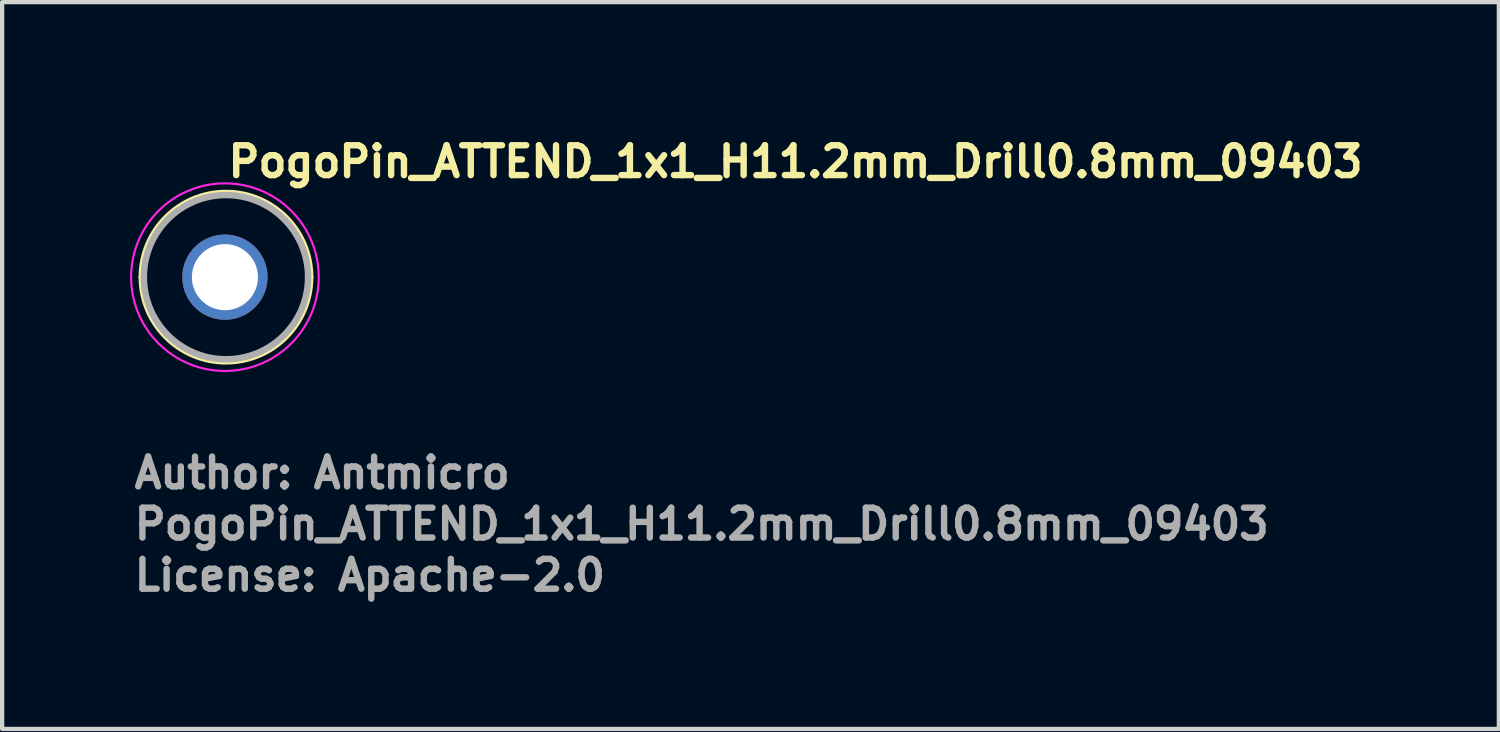
<source format=kicad_pcb>
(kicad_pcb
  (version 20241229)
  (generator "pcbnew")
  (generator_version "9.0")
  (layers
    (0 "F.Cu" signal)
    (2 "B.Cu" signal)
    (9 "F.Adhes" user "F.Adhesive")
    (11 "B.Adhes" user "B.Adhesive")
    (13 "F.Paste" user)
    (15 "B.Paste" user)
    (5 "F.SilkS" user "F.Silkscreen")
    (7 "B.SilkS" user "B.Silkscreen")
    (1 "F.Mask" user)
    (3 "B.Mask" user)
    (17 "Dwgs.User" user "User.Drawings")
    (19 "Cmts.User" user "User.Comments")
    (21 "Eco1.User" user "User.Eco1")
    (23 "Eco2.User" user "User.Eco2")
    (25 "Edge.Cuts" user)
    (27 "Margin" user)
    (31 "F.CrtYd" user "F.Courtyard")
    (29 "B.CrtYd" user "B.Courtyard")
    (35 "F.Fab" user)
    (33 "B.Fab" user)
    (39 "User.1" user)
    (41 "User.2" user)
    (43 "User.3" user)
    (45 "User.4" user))
  (footprint "PogoPin_ATTEND_1x1_H11.2mm_Drill0.8mm_09403"
    (layer "F.Cu")
    (at 2.225 3.45)
    (property "Reference" "PogoPin_ATTEND_1x1_H11.2mm_Drill0.8mm_09403" (at 0 -2.3 0) (layer "F.SilkS") (effects (font (size 0.7 0.7) (thickness 0.15)) (justify left bottom)))
    (attr through_hole)
    (fp_arc (start -1.95 0) (mid 0.025 -1.975) (end 2 0) (stroke (width 0.15) (type solid)) (layer "F.SilkS"))
    (fp_arc (start 2 0) (mid 0.025 1.975) (end -1.95 0) (stroke (width 0.15) (type solid)) (layer "F.SilkS"))
    (fp_circle (center 0 0) (end 2.2 0) (stroke (width 0.05) (type solid)) (fill no) (layer "F.CrtYd"))
    (fp_arc (start -1.9 0) (mid 0.025 -1.925) (end 1.95 0) (stroke (width 0.15) (type solid)) (layer "F.Fab"))
    (fp_arc (start 1.95 0) (mid 0.025 1.925) (end -1.9 0) (stroke (width 0.15) (type solid)) (layer "F.Fab"))
    (fp_rect (start -1.95 -1.95) (end 1.95 1.95) (stroke (width 0.1) (type solid)) (fill no) (layer "User.5"))
    (fp_line (start -1.95 0) (end -1.95 0) (stroke (width 0.02) (type solid)) (layer "User.9"))
    (fp_line (start -1.95 0) (end -1.947 0.1) (stroke (width 0.02) (type solid)) (layer "User.9"))
    (fp_line (start -1.947 -0.1) (end -1.95 0) (stroke (width 0.02) (type solid)) (layer "User.9"))
    (fp_line (start -1.947 0.1) (end -1.94 0.199) (stroke (width 0.02) (type solid)) (layer "User.9"))
    (fp_line (start -1.94 -0.199) (end -1.947 -0.1) (stroke (width 0.02) (type solid)) (layer "User.9"))
    (fp_line (start -1.94 0.199) (end -1.928 0.297) (stroke (width 0.02) (type solid)) (layer "User.9"))
    (fp_line (start -1.928 -0.297) (end -1.94 -0.199) (stroke (width 0.02) (type solid)) (layer "User.9"))
    (fp_line (start -1.928 0.297) (end -1.91 0.393) (stroke (width 0.02) (type solid)) (layer "User.9"))
    (fp_line (start -1.91 -0.393) (end -1.928 -0.297) (stroke (width 0.02) (type solid)) (layer "User.9"))
    (fp_line (start -1.91 0.393) (end -1.889 0.487) (stroke (width 0.02) (type solid)) (layer "User.9"))
    (fp_line (start -1.889 -0.487) (end -1.91 -0.393) (stroke (width 0.02) (type solid)) (layer "User.9"))
    (fp_line (start -1.889 0.487) (end -1.862 0.58) (stroke (width 0.02) (type solid)) (layer "User.9"))
    (fp_line (start -1.862 -0.58) (end -1.889 -0.487) (stroke (width 0.02) (type solid)) (layer "User.9"))
    (fp_line (start -1.862 0.58) (end -1.832 0.67) (stroke (width 0.02) (type solid)) (layer "User.9"))
    (fp_line (start -1.832 -0.67) (end -1.862 -0.58) (stroke (width 0.02) (type solid)) (layer "User.9"))
    (fp_line (start -1.832 0.67) (end -1.797 0.759) (stroke (width 0.02) (type solid)) (layer "User.9"))
    (fp_line (start -1.797 -0.759) (end -1.832 -0.67) (stroke (width 0.02) (type solid)) (layer "User.9"))
    (fp_line (start -1.797 0.759) (end -1.758 0.845) (stroke (width 0.02) (type solid)) (layer "User.9"))
    (fp_line (start -1.758 -0.845) (end -1.797 -0.759) (stroke (width 0.02) (type solid)) (layer "User.9"))
    (fp_line (start -1.758 0.845) (end -1.715 0.929) (stroke (width 0.02) (type solid)) (layer "User.9"))
    (fp_line (start -1.715 -0.929) (end -1.758 -0.845) (stroke (width 0.02) (type solid)) (layer "User.9"))
    (fp_line (start -1.715 0.929) (end -1.668 1.011) (stroke (width 0.02) (type solid)) (layer "User.9"))
    (fp_line (start -1.668 -1.011) (end -1.715 -0.929) (stroke (width 0.02) (type solid)) (layer "User.9"))
    (fp_line (start -1.668 1.011) (end -1.617 1.09) (stroke (width 0.02) (type solid)) (layer "User.9"))
    (fp_line (start -1.617 -1.09) (end -1.668 -1.011) (stroke (width 0.02) (type solid)) (layer "User.9"))
    (fp_line (start -1.617 1.09) (end -1.563 1.167) (stroke (width 0.02) (type solid)) (layer "User.9"))
    (fp_line (start -1.563 -1.167) (end -1.617 -1.09) (stroke (width 0.02) (type solid)) (layer "User.9"))
    (fp_line (start -1.563 1.167) (end -1.505 1.24) (stroke (width 0.02) (type solid)) (layer "User.9"))
    (fp_line (start -1.505 -1.24) (end -1.563 -1.167) (stroke (width 0.02) (type solid)) (layer "User.9"))
    (fp_line (start -1.505 1.24) (end -1.443 1.311) (stroke (width 0.02) (type solid)) (layer "User.9"))
    (fp_line (start -1.5 0) (end -1.5 0) (stroke (width 0.02) (type solid)) (layer "User.9"))
    (fp_line (start -1.5 0) (end -1.498 0.077) (stroke (width 0.02) (type solid)) (layer "User.9"))
    (fp_line (start -1.498 -0.077) (end -1.5 0) (stroke (width 0.02) (type solid)) (layer "User.9"))
    (fp_line (start -1.498 0.077) (end -1.492 0.153) (stroke (width 0.02) (type solid)) (layer "User.9"))
    (fp_line (start -1.492 -0.153) (end -1.498 -0.077) (stroke (width 0.02) (type solid)) (layer "User.9"))
    (fp_line (start -1.492 0.153) (end -1.483 0.228) (stroke (width 0.02) (type solid)) (layer "User.9"))
    (fp_line (start -1.483 -0.228) (end -1.492 -0.153) (stroke (width 0.02) (type solid)) (layer "User.9"))
    (fp_line (start -1.483 0.228) (end -1.47 0.302) (stroke (width 0.02) (type solid)) (layer "User.9"))
    (fp_line (start -1.47 -0.302) (end -1.483 -0.228) (stroke (width 0.02) (type solid)) (layer "User.9"))
    (fp_line (start -1.47 0.302) (end -1.453 0.375) (stroke (width 0.02) (type solid)) (layer "User.9"))
    (fp_line (start -1.453 -0.375) (end -1.47 -0.302) (stroke (width 0.02) (type solid)) (layer "User.9"))
    (fp_line (start -1.453 0.375) (end -1.433 0.446) (stroke (width 0.02) (type solid)) (layer "User.9"))
    (fp_line (start -1.443 -1.311) (end -1.505 -1.24) (stroke (width 0.02) (type solid)) (layer "User.9"))
    (fp_line (start -1.443 1.311) (end -1.379 1.379) (stroke (width 0.02) (type solid)) (layer "User.9"))
    (fp_line (start -1.433 -0.446) (end -1.453 -0.375) (stroke (width 0.02) (type solid)) (layer "User.9"))
    (fp_line (start -1.433 0.446) (end -1.409 0.516) (stroke (width 0.02) (type solid)) (layer "User.9"))
    (fp_line (start -1.409 -0.516) (end -1.433 -0.446) (stroke (width 0.02) (type solid)) (layer "User.9"))
    (fp_line (start -1.409 0.516) (end -1.382 0.584) (stroke (width 0.02) (type solid)) (layer "User.9"))
    (fp_line (start -1.382 -0.584) (end -1.409 -0.516) (stroke (width 0.02) (type solid)) (layer "User.9"))
    (fp_line (start -1.382 0.584) (end -1.352 0.65) (stroke (width 0.02) (type solid)) (layer "User.9"))
    (fp_line (start -1.379 -1.379) (end -1.443 -1.311) (stroke (width 0.02) (type solid)) (layer "User.9"))
    (fp_line (start -1.379 1.379) (end -1.311 1.443) (stroke (width 0.02) (type solid)) (layer "User.9"))
    (fp_line (start -1.352 -0.65) (end -1.382 -0.584) (stroke (width 0.02) (type solid)) (layer "User.9"))
    (fp_line (start -1.352 0.65) (end -1.319 0.715) (stroke (width 0.02) (type solid)) (layer "User.9"))
    (fp_line (start -1.319 -0.715) (end -1.352 -0.65) (stroke (width 0.02) (type solid)) (layer "User.9"))
    (fp_line (start -1.319 0.715) (end -1.283 0.778) (stroke (width 0.02) (type solid)) (layer "User.9"))
    (fp_line (start -1.311 -1.443) (end -1.379 -1.379) (stroke (width 0.02) (type solid)) (layer "User.9"))
    (fp_line (start -1.311 1.443) (end -1.24 1.505) (stroke (width 0.02) (type solid)) (layer "User.9"))
    (fp_line (start -1.283 -0.778) (end -1.319 -0.715) (stroke (width 0.02) (type solid)) (layer "User.9"))
    (fp_line (start -1.283 0.778) (end -1.244 0.839) (stroke (width 0.02) (type solid)) (layer "User.9"))
    (fp_line (start -1.244 -0.839) (end -1.283 -0.778) (stroke (width 0.02) (type solid)) (layer "User.9"))
    (fp_line (start -1.244 0.839) (end -1.202 0.897) (stroke (width 0.02) (type solid)) (layer "User.9"))
    (fp_line (start -1.24 -1.505) (end -1.311 -1.443) (stroke (width 0.02) (type solid)) (layer "User.9"))
    (fp_line (start -1.24 1.505) (end -1.167 1.563) (stroke (width 0.02) (type solid)) (layer "User.9"))
    (fp_line (start -1.202 -0.897) (end -1.244 -0.839) (stroke (width 0.02) (type solid)) (layer "User.9"))
    (fp_line (start -1.202 0.897) (end -1.157 0.954) (stroke (width 0.02) (type solid)) (layer "User.9"))
    (fp_line (start -1.167 -1.563) (end -1.24 -1.505) (stroke (width 0.02) (type solid)) (layer "User.9"))
    (fp_line (start -1.167 1.563) (end -1.09 1.617) (stroke (width 0.02) (type solid)) (layer "User.9"))
    (fp_line (start -1.157 -0.954) (end -1.202 -0.897) (stroke (width 0.02) (type solid)) (layer "User.9"))
    (fp_line (start -1.157 0.954) (end -1.11 1.009) (stroke (width 0.02) (type solid)) (layer "User.9"))
    (fp_line (start -1.11 -1.009) (end -1.157 -0.954) (stroke (width 0.02) (type solid)) (layer "User.9"))
    (fp_line (start -1.11 1.009) (end -1.061 1.061) (stroke (width 0.02) (type solid)) (layer "User.9"))
    (fp_line (start -1.1 0) (end -1.1 0) (stroke (width 0.02) (type solid)) (layer "User.9"))
    (fp_line (start -1.1 0) (end -1.099 0.057) (stroke (width 0.02) (type solid)) (layer "User.9"))
    (fp_line (start -1.099 -0.057) (end -1.1 0) (stroke (width 0.02) (type solid)) (layer "User.9"))
    (fp_line (start -1.099 0.057) (end -1.094 0.112) (stroke (width 0.02) (type solid)) (layer "User.9"))
    (fp_line (start -1.094 -0.112) (end -1.099 -0.057) (stroke (width 0.02) (type solid)) (layer "User.9"))
    (fp_line (start -1.094 0.112) (end -1.087 0.168) (stroke (width 0.02) (type solid)) (layer "User.9"))
    (fp_line (start -1.09 -1.617) (end -1.167 -1.563) (stroke (width 0.02) (type solid)) (layer "User.9"))
    (fp_line (start -1.09 1.617) (end -1.011 1.668) (stroke (width 0.02) (type solid)) (layer "User.9"))
    (fp_line (start -1.087 -0.168) (end -1.094 -0.112) (stroke (width 0.02) (type solid)) (layer "User.9"))
    (fp_line (start -1.087 0.168) (end -1.078 0.222) (stroke (width 0.02) (type solid)) (layer "User.9"))
    (fp_line (start -1.078 -0.222) (end -1.087 -0.168) (stroke (width 0.02) (type solid)) (layer "User.9"))
    (fp_line (start -1.078 0.222) (end -1.065 0.275) (stroke (width 0.02) (type solid)) (layer "User.9"))
    (fp_line (start -1.065 -0.275) (end -1.078 -0.222) (stroke (width 0.02) (type solid)) (layer "User.9"))
    (fp_line (start -1.065 0.275) (end -1.051 0.327) (stroke (width 0.02) (type solid)) (layer "User.9"))
    (fp_line (start -1.061 -1.061) (end -1.11 -1.009) (stroke (width 0.02) (type solid)) (layer "User.9"))
    (fp_line (start -1.061 1.061) (end -1.009 1.11) (stroke (width 0.02) (type solid)) (layer "User.9"))
    (fp_line (start -1.051 -0.327) (end -1.065 -0.275) (stroke (width 0.02) (type solid)) (layer "User.9"))
    (fp_line (start -1.051 0.327) (end -1.033 0.378) (stroke (width 0.02) (type solid)) (layer "User.9"))
    (fp_line (start -1.033 -0.378) (end -1.051 -0.327) (stroke (width 0.02) (type solid)) (layer "User.9"))
    (fp_line (start -1.033 0.378) (end -1.014 0.428) (stroke (width 0.02) (type solid)) (layer "User.9"))
    (fp_line (start -1.014 -0.428) (end -1.033 -0.378) (stroke (width 0.02) (type solid)) (layer "User.9"))
    (fp_line (start -1.014 0.428) (end -0.992 0.477) (stroke (width 0.02) (type solid)) (layer "User.9"))
    (fp_line (start -1.011 -1.668) (end -1.09 -1.617) (stroke (width 0.02) (type solid)) (layer "User.9"))
    (fp_line (start -1.011 1.668) (end -0.929 1.715) (stroke (width 0.02) (type solid)) (layer "User.9"))
    (fp_line (start -1.009 -1.11) (end -1.061 -1.061) (stroke (width 0.02) (type solid)) (layer "User.9"))
    (fp_line (start -1.009 1.11) (end -0.954 1.157) (stroke (width 0.02) (type solid)) (layer "User.9"))
    (fp_line (start -0.992 -0.477) (end -1.014 -0.428) (stroke (width 0.02) (type solid)) (layer "User.9"))
    (fp_line (start -0.992 0.477) (end -0.967 0.524) (stroke (width 0.02) (type solid)) (layer "User.9"))
    (fp_line (start -0.967 -0.524) (end -0.992 -0.477) (stroke (width 0.02) (type solid)) (layer "User.9"))
    (fp_line (start -0.967 0.524) (end -0.941 0.57) (stroke (width 0.02) (type solid)) (layer "User.9"))
    (fp_line (start -0.954 -1.157) (end -1.009 -1.11) (stroke (width 0.02) (type solid)) (layer "User.9"))
    (fp_line (start -0.954 1.157) (end -0.897 1.202) (stroke (width 0.02) (type solid)) (layer "User.9"))
    (fp_line (start -0.941 -0.57) (end -0.967 -0.524) (stroke (width 0.02) (type solid)) (layer "User.9"))
    (fp_line (start -0.941 0.57) (end -0.912 0.615) (stroke (width 0.02) (type solid)) (layer "User.9"))
    (fp_line (start -0.929 -1.715) (end -1.011 -1.668) (stroke (width 0.02) (type solid)) (layer "User.9"))
    (fp_line (start -0.929 1.715) (end -0.845 1.758) (stroke (width 0.02) (type solid)) (layer "User.9"))
    (fp_line (start -0.912 -0.615) (end -0.941 -0.57) (stroke (width 0.02) (type solid)) (layer "User.9"))
    (fp_line (start -0.912 0.615) (end -0.881 0.658) (stroke (width 0.02) (type solid)) (layer "User.9"))
    (fp_line (start -0.897 -1.202) (end -0.954 -1.157) (stroke (width 0.02) (type solid)) (layer "User.9"))
    (fp_line (start -0.897 1.202) (end -0.839 1.244) (stroke (width 0.02) (type solid)) (layer "User.9"))
    (fp_line (start -0.881 -0.658) (end -0.912 -0.615) (stroke (width 0.02) (type solid)) (layer "User.9"))
    (fp_line (start -0.881 0.658) (end -0.849 0.7) (stroke (width 0.02) (type solid)) (layer "User.9"))
    (fp_line (start -0.849 -0.7) (end -0.881 -0.658) (stroke (width 0.02) (type solid)) (layer "User.9"))
    (fp_line (start -0.849 0.7) (end -0.814 0.74) (stroke (width 0.02) (type solid)) (layer "User.9"))
    (fp_line (start -0.845 -1.758) (end -0.929 -1.715) (stroke (width 0.02) (type solid)) (layer "User.9"))
    (fp_line (start -0.845 1.758) (end -0.759 1.797) (stroke (width 0.02) (type solid)) (layer "User.9"))
    (fp_line (start -0.839 -1.244) (end -0.897 -1.202) (stroke (width 0.02) (type solid)) (layer "User.9"))
    (fp_line (start -0.839 1.244) (end -0.778 1.283) (stroke (width 0.02) (type solid)) (layer "User.9"))
    (fp_line (start -0.814 -0.74) (end -0.849 -0.7) (stroke (width 0.02) (type solid)) (layer "User.9"))
    (fp_line (start -0.814 0.74) (end -0.778 0.778) (stroke (width 0.02) (type solid)) (layer "User.9"))
    (fp_line (start -0.778 -1.283) (end -0.839 -1.244) (stroke (width 0.02) (type solid)) (layer "User.9"))
    (fp_line (start -0.778 -0.778) (end -0.814 -0.74) (stroke (width 0.02) (type solid)) (layer "User.9"))
    (fp_line (start -0.778 0.778) (end -0.74 0.814) (stroke (width 0.02) (type solid)) (layer "User.9"))
    (fp_line (start -0.778 1.283) (end -0.715 1.319) (stroke (width 0.02) (type solid)) (layer "User.9"))
    (fp_line (start -0.759 -1.797) (end -0.845 -1.758) (stroke (width 0.02) (type solid)) (layer "User.9"))
    (fp_line (start -0.759 1.797) (end -0.67 1.832) (stroke (width 0.02) (type solid)) (layer "User.9"))
    (fp_line (start -0.74 -0.814) (end -0.778 -0.778) (stroke (width 0.02) (type solid)) (layer "User.9"))
    (fp_line (start -0.74 0.814) (end -0.7 0.849) (stroke (width 0.02) (type solid)) (layer "User.9"))
    (fp_line (start -0.715 -1.319) (end -0.778 -1.283) (stroke (width 0.02) (type solid)) (layer "User.9"))
    (fp_line (start -0.715 1.319) (end -0.65 1.352) (stroke (width 0.02) (type solid)) (layer "User.9"))
    (fp_line (start -0.7 -0.849) (end -0.74 -0.814) (stroke (width 0.02) (type solid)) (layer "User.9"))
    (fp_line (start -0.7 0.849) (end -0.658 0.881) (stroke (width 0.02) (type solid)) (layer "User.9"))
    (fp_line (start -0.67 -1.832) (end -0.759 -1.797) (stroke (width 0.02) (type solid)) (layer "User.9"))
    (fp_line (start -0.67 1.832) (end -0.58 1.862) (stroke (width 0.02) (type solid)) (layer "User.9"))
    (fp_line (start -0.658 -0.881) (end -0.7 -0.849) (stroke (width 0.02) (type solid)) (layer "User.9"))
    (fp_line (start -0.658 0.881) (end -0.615 0.912) (stroke (width 0.02) (type solid)) (layer "User.9"))
    (fp_line (start -0.65 -1.352) (end -0.715 -1.319) (stroke (width 0.02) (type solid)) (layer "User.9"))
    (fp_line (start -0.65 1.352) (end -0.584 1.382) (stroke (width 0.02) (type solid)) (layer "User.9"))
    (fp_line (start -0.615 -0.912) (end -0.658 -0.881) (stroke (width 0.02) (type solid)) (layer "User.9"))
    (fp_line (start -0.615 0.912) (end -0.57 0.941) (stroke (width 0.02) (type solid)) (layer "User.9"))
    (fp_line (start -0.584 -1.382) (end -0.65 -1.352) (stroke (width 0.02) (type solid)) (layer "User.9"))
    (fp_line (start -0.584 1.382) (end -0.516 1.409) (stroke (width 0.02) (type solid)) (layer "User.9"))
    (fp_line (start -0.58 -1.862) (end -0.67 -1.832) (stroke (width 0.02) (type solid)) (layer "User.9"))
    (fp_line (start -0.58 1.862) (end -0.487 1.889) (stroke (width 0.02) (type solid)) (layer "User.9"))
    (fp_line (start -0.57 -0.941) (end -0.615 -0.912) (stroke (width 0.02) (type solid)) (layer "User.9"))
    (fp_line (start -0.57 0.941) (end -0.524 0.967) (stroke (width 0.02) (type solid)) (layer "User.9"))
    (fp_line (start -0.524 -0.967) (end -0.57 -0.941) (stroke (width 0.02) (type solid)) (layer "User.9"))
    (fp_line (start -0.524 0.967) (end -0.477 0.992) (stroke (width 0.02) (type solid)) (layer "User.9"))
    (fp_line (start -0.516 -1.409) (end -0.584 -1.382) (stroke (width 0.02) (type solid)) (layer "User.9"))
    (fp_line (start -0.516 1.409) (end -0.446 1.433) (stroke (width 0.02) (type solid)) (layer "User.9"))
    (fp_line (start -0.487 -1.889) (end -0.58 -1.862) (stroke (width 0.02) (type solid)) (layer "User.9"))
    (fp_line (start -0.487 1.889) (end -0.393 1.91) (stroke (width 0.02) (type solid)) (layer "User.9"))
    (fp_line (start -0.477 -0.992) (end -0.524 -0.967) (stroke (width 0.02) (type solid)) (layer "User.9"))
    (fp_line (start -0.477 0.992) (end -0.428 1.014) (stroke (width 0.02) (type solid)) (layer "User.9"))
    (fp_line (start -0.446 -1.433) (end -0.516 -1.409) (stroke (width 0.02) (type solid)) (layer "User.9"))
    (fp_line (start -0.446 1.433) (end -0.375 1.453) (stroke (width 0.02) (type solid)) (layer "User.9"))
    (fp_line (start -0.428 -1.014) (end -0.477 -0.992) (stroke (width 0.02) (type solid)) (layer "User.9"))
    (fp_line (start -0.428 1.014) (end -0.378 1.033) (stroke (width 0.02) (type solid)) (layer "User.9"))
    (fp_line (start -0.393 -1.91) (end -0.487 -1.889) (stroke (width 0.02) (type solid)) (layer "User.9"))
    (fp_line (start -0.393 1.91) (end -0.297 1.928) (stroke (width 0.02) (type solid)) (layer "User.9"))
    (fp_line (start -0.378 -1.033) (end -0.428 -1.014) (stroke (width 0.02) (type solid)) (layer "User.9"))
    (fp_line (start -0.378 1.033) (end -0.327 1.051) (stroke (width 0.02) (type solid)) (layer "User.9"))
    (fp_line (start -0.375 -1.453) (end -0.446 -1.433) (stroke (width 0.02) (type solid)) (layer "User.9"))
    (fp_line (start -0.375 1.453) (end -0.302 1.47) (stroke (width 0.02) (type solid)) (layer "User.9"))
    (fp_line (start -0.327 -1.051) (end -0.378 -1.033) (stroke (width 0.02) (type solid)) (layer "User.9"))
    (fp_line (start -0.327 1.051) (end -0.275 1.065) (stroke (width 0.02) (type solid)) (layer "User.9"))
    (fp_line (start -0.302 -1.47) (end -0.375 -1.453) (stroke (width 0.02) (type solid)) (layer "User.9"))
    (fp_line (start -0.302 1.47) (end -0.228 1.483) (stroke (width 0.02) (type solid)) (layer "User.9"))
    (fp_line (start -0.297 -1.928) (end -0.393 -1.91) (stroke (width 0.02) (type solid)) (layer "User.9"))
    (fp_line (start -0.297 1.928) (end -0.199 1.94) (stroke (width 0.02) (type solid)) (layer "User.9"))
    (fp_line (start -0.275 -1.065) (end -0.327 -1.051) (stroke (width 0.02) (type solid)) (layer "User.9"))
    (fp_line (start -0.275 1.065) (end -0.222 1.078) (stroke (width 0.02) (type solid)) (layer "User.9"))
    (fp_line (start -0.228 -1.483) (end -0.302 -1.47) (stroke (width 0.02) (type solid)) (layer "User.9"))
    (fp_line (start -0.228 1.483) (end -0.153 1.492) (stroke (width 0.02) (type solid)) (layer "User.9"))
    (fp_line (start -0.222 -1.078) (end -0.275 -1.065) (stroke (width 0.02) (type solid)) (layer "User.9"))
    (fp_line (start -0.222 1.078) (end -0.168 1.087) (stroke (width 0.02) (type solid)) (layer "User.9"))
    (fp_line (start -0.199 -1.94) (end -0.297 -1.928) (stroke (width 0.02) (type solid)) (layer "User.9"))
    (fp_line (start -0.199 1.94) (end -0.1 1.947) (stroke (width 0.02) (type solid)) (layer "User.9"))
    (fp_line (start -0.168 -1.087) (end -0.222 -1.078) (stroke (width 0.02) (type solid)) (layer "User.9"))
    (fp_line (start -0.168 1.087) (end -0.112 1.094) (stroke (width 0.02) (type solid)) (layer "User.9"))
    (fp_line (start -0.153 -1.492) (end -0.228 -1.483) (stroke (width 0.02) (type solid)) (layer "User.9"))
    (fp_line (start -0.153 1.492) (end -0.077 1.498) (stroke (width 0.02) (type solid)) (layer "User.9"))
    (fp_line (start -0.112 -1.094) (end -0.168 -1.087) (stroke (width 0.02) (type solid)) (layer "User.9"))
    (fp_line (start -0.112 1.094) (end -0.057 1.099) (stroke (width 0.02) (type solid)) (layer "User.9"))
    (fp_line (start -0.1 -1.947) (end -0.199 -1.94) (stroke (width 0.02) (type solid)) (layer "User.9"))
    (fp_line (start -0.1 1.947) (end 0 1.95) (stroke (width 0.02) (type solid)) (layer "User.9"))
    (fp_line (start -0.077 -1.498) (end -0.153 -1.492) (stroke (width 0.02) (type solid)) (layer "User.9"))
    (fp_line (start -0.077 1.498) (end 0 1.5) (stroke (width 0.02) (type solid)) (layer "User.9"))
    (fp_line (start -0.057 -1.099) (end -0.112 -1.094) (stroke (width 0.02) (type solid)) (layer "User.9"))
    (fp_line (start -0.057 1.099) (end 0 1.1) (stroke (width 0.02) (type solid)) (layer "User.9"))
    (fp_line (start 0 -1.95) (end -0.1 -1.947) (stroke (width 0.02) (type solid)) (layer "User.9"))
    (fp_line (start 0 -1.95) (end 0 -1.95) (stroke (width 0.02) (type solid)) (layer "User.9"))
    (fp_line (start 0 -1.5) (end -0.077 -1.498) (stroke (width 0.02) (type solid)) (layer "User.9"))
    (fp_line (start 0 -1.5) (end 0 -1.5) (stroke (width 0.02) (type solid)) (layer "User.9"))
    (fp_line (start 0 -1.1) (end -0.057 -1.099) (stroke (width 0.02) (type solid)) (layer "User.9"))
    (fp_line (start 0 -1.1) (end 0 -1.1) (stroke (width 0.02) (type solid)) (layer "User.9"))
    (fp_line (start 0 1.1) (end 0 1.1) (stroke (width 0.02) (type solid)) (layer "User.9"))
    (fp_line (start 0 1.1) (end 0.057 1.099) (stroke (width 0.02) (type solid)) (layer "User.9"))
    (fp_line (start 0 1.5) (end 0 1.5) (stroke (width 0.02) (type solid)) (layer "User.9"))
    (fp_line (start 0 1.5) (end 0.077 1.498) (stroke (width 0.02) (type solid)) (layer "User.9"))
    (fp_line (start 0 1.95) (end 0 1.95) (stroke (width 0.02) (type solid)) (layer "User.9"))
    (fp_line (start 0 1.95) (end 0.1 1.947) (stroke (width 0.02) (type solid)) (layer "User.9"))
    (fp_line (start 0.057 -1.099) (end 0 -1.1) (stroke (width 0.02) (type solid)) (layer "User.9"))
    (fp_line (start 0.057 1.099) (end 0.112 1.094) (stroke (width 0.02) (type solid)) (layer "User.9"))
    (fp_line (start 0.077 -1.498) (end 0 -1.5) (stroke (width 0.02) (type solid)) (layer "User.9"))
    (fp_line (start 0.077 1.498) (end 0.153 1.492) (stroke (width 0.02) (type solid)) (layer "User.9"))
    (fp_line (start 0.1 -1.947) (end 0 -1.95) (stroke (width 0.02) (type solid)) (layer "User.9"))
    (fp_line (start 0.1 1.947) (end 0.199 1.94) (stroke (width 0.02) (type solid)) (layer "User.9"))
    (fp_line (start 0.112 -1.094) (end 0.057 -1.099) (stroke (width 0.02) (type solid)) (layer "User.9"))
    (fp_line (start 0.112 1.094) (end 0.168 1.087) (stroke (width 0.02) (type solid)) (layer "User.9"))
    (fp_line (start 0.153 -1.492) (end 0.077 -1.498) (stroke (width 0.02) (type solid)) (layer "User.9"))
    (fp_line (start 0.153 1.492) (end 0.228 1.483) (stroke (width 0.02) (type solid)) (layer "User.9"))
    (fp_line (start 0.168 -1.087) (end 0.112 -1.094) (stroke (width 0.02) (type solid)) (layer "User.9"))
    (fp_line (start 0.168 1.087) (end 0.222 1.078) (stroke (width 0.02) (type solid)) (layer "User.9"))
    (fp_line (start 0.199 -1.94) (end 0.1 -1.947) (stroke (width 0.02) (type solid)) (layer "User.9"))
    (fp_line (start 0.199 1.94) (end 0.297 1.928) (stroke (width 0.02) (type solid)) (layer "User.9"))
    (fp_line (start 0.222 -1.078) (end 0.168 -1.087) (stroke (width 0.02) (type solid)) (layer "User.9"))
    (fp_line (start 0.222 1.078) (end 0.275 1.065) (stroke (width 0.02) (type solid)) (layer "User.9"))
    (fp_line (start 0.228 -1.483) (end 0.153 -1.492) (stroke (width 0.02) (type solid)) (layer "User.9"))
    (fp_line (start 0.228 1.483) (end 0.302 1.47) (stroke (width 0.02) (type solid)) (layer "User.9"))
    (fp_line (start 0.275 -1.065) (end 0.222 -1.078) (stroke (width 0.02) (type solid)) (layer "User.9"))
    (fp_line (start 0.275 1.065) (end 0.327 1.051) (stroke (width 0.02) (type solid)) (layer "User.9"))
    (fp_line (start 0.297 -1.928) (end 0.199 -1.94) (stroke (width 0.02) (type solid)) (layer "User.9"))
    (fp_line (start 0.297 1.928) (end 0.393 1.91) (stroke (width 0.02) (type solid)) (layer "User.9"))
    (fp_line (start 0.302 -1.47) (end 0.228 -1.483) (stroke (width 0.02) (type solid)) (layer "User.9"))
    (fp_line (start 0.302 1.47) (end 0.375 1.453) (stroke (width 0.02) (type solid)) (layer "User.9"))
    (fp_line (start 0.327 -1.051) (end 0.275 -1.065) (stroke (width 0.02) (type solid)) (layer "User.9"))
    (fp_line (start 0.327 1.051) (end 0.378 1.033) (stroke (width 0.02) (type solid)) (layer "User.9"))
    (fp_line (start 0.375 -1.453) (end 0.302 -1.47) (stroke (width 0.02) (type solid)) (layer "User.9"))
    (fp_line (start 0.375 1.453) (end 0.446 1.433) (stroke (width 0.02) (type solid)) (layer "User.9"))
    (fp_line (start 0.378 -1.033) (end 0.327 -1.051) (stroke (width 0.02) (type solid)) (layer "User.9"))
    (fp_line (start 0.378 1.033) (end 0.428 1.014) (stroke (width 0.02) (type solid)) (layer "User.9"))
    (fp_line (start 0.393 -1.91) (end 0.297 -1.928) (stroke (width 0.02) (type solid)) (layer "User.9"))
    (fp_line (start 0.393 1.91) (end 0.487 1.889) (stroke (width 0.02) (type solid)) (layer "User.9"))
    (fp_line (start 0.428 -1.014) (end 0.378 -1.033) (stroke (width 0.02) (type solid)) (layer "User.9"))
    (fp_line (start 0.428 1.014) (end 0.477 0.992) (stroke (width 0.02) (type solid)) (layer "User.9"))
    (fp_line (start 0.446 -1.433) (end 0.375 -1.453) (stroke (width 0.02) (type solid)) (layer "User.9"))
    (fp_line (start 0.446 1.433) (end 0.516 1.409) (stroke (width 0.02) (type solid)) (layer "User.9"))
    (fp_line (start 0.477 -0.992) (end 0.428 -1.014) (stroke (width 0.02) (type solid)) (layer "User.9"))
    (fp_line (start 0.477 0.992) (end 0.524 0.967) (stroke (width 0.02) (type solid)) (layer "User.9"))
    (fp_line (start 0.487 -1.889) (end 0.393 -1.91) (stroke (width 0.02) (type solid)) (layer "User.9"))
    (fp_line (start 0.487 1.889) (end 0.58 1.862) (stroke (width 0.02) (type solid)) (layer "User.9"))
    (fp_line (start 0.516 -1.409) (end 0.446 -1.433) (stroke (width 0.02) (type solid)) (layer "User.9"))
    (fp_line (start 0.516 1.409) (end 0.584 1.382) (stroke (width 0.02) (type solid)) (layer "User.9"))
    (fp_line (start 0.524 -0.967) (end 0.477 -0.992) (stroke (width 0.02) (type solid)) (layer "User.9"))
    (fp_line (start 0.524 0.967) (end 0.57 0.941) (stroke (width 0.02) (type solid)) (layer "User.9"))
    (fp_line (start 0.57 -0.941) (end 0.524 -0.967) (stroke (width 0.02) (type solid)) (layer "User.9"))
    (fp_line (start 0.57 0.941) (end 0.615 0.912) (stroke (width 0.02) (type solid)) (layer "User.9"))
    (fp_line (start 0.58 -1.862) (end 0.487 -1.889) (stroke (width 0.02) (type solid)) (layer "User.9"))
    (fp_line (start 0.58 1.862) (end 0.67 1.832) (stroke (width 0.02) (type solid)) (layer "User.9"))
    (fp_line (start 0.584 -1.382) (end 0.516 -1.409) (stroke (width 0.02) (type solid)) (layer "User.9"))
    (fp_line (start 0.584 1.382) (end 0.65 1.352) (stroke (width 0.02) (type solid)) (layer "User.9"))
    (fp_line (start 0.615 -0.912) (end 0.57 -0.941) (stroke (width 0.02) (type solid)) (layer "User.9"))
    (fp_line (start 0.615 0.912) (end 0.658 0.881) (stroke (width 0.02) (type solid)) (layer "User.9"))
    (fp_line (start 0.65 -1.352) (end 0.584 -1.382) (stroke (width 0.02) (type solid)) (layer "User.9"))
    (fp_line (start 0.65 1.352) (end 0.715 1.319) (stroke (width 0.02) (type solid)) (layer "User.9"))
    (fp_line (start 0.658 -0.881) (end 0.615 -0.912) (stroke (width 0.02) (type solid)) (layer "User.9"))
    (fp_line (start 0.658 0.881) (end 0.7 0.849) (stroke (width 0.02) (type solid)) (layer "User.9"))
    (fp_line (start 0.67 -1.832) (end 0.58 -1.862) (stroke (width 0.02) (type solid)) (layer "User.9"))
    (fp_line (start 0.67 1.832) (end 0.759 1.797) (stroke (width 0.02) (type solid)) (layer "User.9"))
    (fp_line (start 0.7 -0.849) (end 0.658 -0.881) (stroke (width 0.02) (type solid)) (layer "User.9"))
    (fp_line (start 0.7 0.849) (end 0.74 0.814) (stroke (width 0.02) (type solid)) (layer "User.9"))
    (fp_line (start 0.715 -1.319) (end 0.65 -1.352) (stroke (width 0.02) (type solid)) (layer "User.9"))
    (fp_line (start 0.715 1.319) (end 0.778 1.283) (stroke (width 0.02) (type solid)) (layer "User.9"))
    (fp_line (start 0.74 -0.814) (end 0.7 -0.849) (stroke (width 0.02) (type solid)) (layer "User.9"))
    (fp_line (start 0.74 0.814) (end 0.778 0.778) (stroke (width 0.02) (type solid)) (layer "User.9"))
    (fp_line (start 0.759 -1.797) (end 0.67 -1.832) (stroke (width 0.02) (type solid)) (layer "User.9"))
    (fp_line (start 0.759 1.797) (end 0.845 1.758) (stroke (width 0.02) (type solid)) (layer "User.9"))
    (fp_line (start 0.778 -1.283) (end 0.715 -1.319) (stroke (width 0.02) (type solid)) (layer "User.9"))
    (fp_line (start 0.778 -0.778) (end 0.74 -0.814) (stroke (width 0.02) (type solid)) (layer "User.9"))
    (fp_line (start 0.778 0.778) (end 0.814 0.74) (stroke (width 0.02) (type solid)) (layer "User.9"))
    (fp_line (start 0.778 1.283) (end 0.839 1.244) (stroke (width 0.02) (type solid)) (layer "User.9"))
    (fp_line (start 0.814 -0.74) (end 0.778 -0.778) (stroke (width 0.02) (type solid)) (layer "User.9"))
    (fp_line (start 0.814 0.74) (end 0.849 0.7) (stroke (width 0.02) (type solid)) (layer "User.9"))
    (fp_line (start 0.839 -1.244) (end 0.778 -1.283) (stroke (width 0.02) (type solid)) (layer "User.9"))
    (fp_line (start 0.839 1.244) (end 0.897 1.202) (stroke (width 0.02) (type solid)) (layer "User.9"))
    (fp_line (start 0.845 -1.758) (end 0.759 -1.797) (stroke (width 0.02) (type solid)) (layer "User.9"))
    (fp_line (start 0.845 1.758) (end 0.929 1.715) (stroke (width 0.02) (type solid)) (layer "User.9"))
    (fp_line (start 0.849 -0.7) (end 0.814 -0.74) (stroke (width 0.02) (type solid)) (layer "User.9"))
    (fp_line (start 0.849 0.7) (end 0.881 0.658) (stroke (width 0.02) (type solid)) (layer "User.9"))
    (fp_line (start 0.881 -0.658) (end 0.849 -0.7) (stroke (width 0.02) (type solid)) (layer "User.9"))
    (fp_line (start 0.881 0.658) (end 0.912 0.615) (stroke (width 0.02) (type solid)) (layer "User.9"))
    (fp_line (start 0.897 -1.202) (end 0.839 -1.244) (stroke (width 0.02) (type solid)) (layer "User.9"))
    (fp_line (start 0.897 1.202) (end 0.954 1.157) (stroke (width 0.02) (type solid)) (layer "User.9"))
    (fp_line (start 0.912 -0.615) (end 0.881 -0.658) (stroke (width 0.02) (type solid)) (layer "User.9"))
    (fp_line (start 0.912 0.615) (end 0.941 0.57) (stroke (width 0.02) (type solid)) (layer "User.9"))
    (fp_line (start 0.929 -1.715) (end 0.845 -1.758) (stroke (width 0.02) (type solid)) (layer "User.9"))
    (fp_line (start 0.929 1.715) (end 1.011 1.668) (stroke (width 0.02) (type solid)) (layer "User.9"))
    (fp_line (start 0.941 -0.57) (end 0.912 -0.615) (stroke (width 0.02) (type solid)) (layer "User.9"))
    (fp_line (start 0.941 0.57) (end 0.967 0.524) (stroke (width 0.02) (type solid)) (layer "User.9"))
    (fp_line (start 0.954 -1.157) (end 0.897 -1.202) (stroke (width 0.02) (type solid)) (layer "User.9"))
    (fp_line (start 0.954 1.157) (end 1.009 1.11) (stroke (width 0.02) (type solid)) (layer "User.9"))
    (fp_line (start 0.967 -0.524) (end 0.941 -0.57) (stroke (width 0.02) (type solid)) (layer "User.9"))
    (fp_line (start 0.967 0.524) (end 0.992 0.477) (stroke (width 0.02) (type solid)) (layer "User.9"))
    (fp_line (start 0.992 -0.477) (end 0.967 -0.524) (stroke (width 0.02) (type solid)) (layer "User.9"))
    (fp_line (start 0.992 0.477) (end 1.014 0.428) (stroke (width 0.02) (type solid)) (layer "User.9"))
    (fp_line (start 1.009 -1.11) (end 0.954 -1.157) (stroke (width 0.02) (type solid)) (layer "User.9"))
    (fp_line (start 1.009 1.11) (end 1.061 1.061) (stroke (width 0.02) (type solid)) (layer "User.9"))
    (fp_line (start 1.011 -1.668) (end 0.929 -1.715) (stroke (width 0.02) (type solid)) (layer "User.9"))
    (fp_line (start 1.011 1.668) (end 1.09 1.617) (stroke (width 0.02) (type solid)) (layer "User.9"))
    (fp_line (start 1.014 -0.428) (end 0.992 -0.477) (stroke (width 0.02) (type solid)) (layer "User.9"))
    (fp_line (start 1.014 0.428) (end 1.033 0.378) (stroke (width 0.02) (type solid)) (layer "User.9"))
    (fp_line (start 1.033 -0.378) (end 1.014 -0.428) (stroke (width 0.02) (type solid)) (layer "User.9"))
    (fp_line (start 1.033 0.378) (end 1.051 0.327) (stroke (width 0.02) (type solid)) (layer "User.9"))
    (fp_line (start 1.051 -0.327) (end 1.033 -0.378) (stroke (width 0.02) (type solid)) (layer "User.9"))
    (fp_line (start 1.051 0.327) (end 1.065 0.275) (stroke (width 0.02) (type solid)) (layer "User.9"))
    (fp_line (start 1.061 -1.061) (end 1.009 -1.11) (stroke (width 0.02) (type solid)) (layer "User.9"))
    (fp_line (start 1.061 1.061) (end 1.11 1.009) (stroke (width 0.02) (type solid)) (layer "User.9"))
    (fp_line (start 1.065 -0.275) (end 1.051 -0.327) (stroke (width 0.02) (type solid)) (layer "User.9"))
    (fp_line (start 1.065 0.275) (end 1.078 0.222) (stroke (width 0.02) (type solid)) (layer "User.9"))
    (fp_line (start 1.078 -0.222) (end 1.065 -0.275) (stroke (width 0.02) (type solid)) (layer "User.9"))
    (fp_line (start 1.078 0.222) (end 1.087 0.168) (stroke (width 0.02) (type solid)) (layer "User.9"))
    (fp_line (start 1.087 -0.168) (end 1.078 -0.222) (stroke (width 0.02) (type solid)) (layer "User.9"))
    (fp_line (start 1.087 0.168) (end 1.094 0.112) (stroke (width 0.02) (type solid)) (layer "User.9"))
    (fp_line (start 1.09 -1.617) (end 1.011 -1.668) (stroke (width 0.02) (type solid)) (layer "User.9"))
    (fp_line (start 1.09 1.617) (end 1.167 1.563) (stroke (width 0.02) (type solid)) (layer "User.9"))
    (fp_line (start 1.094 -0.112) (end 1.087 -0.168) (stroke (width 0.02) (type solid)) (layer "User.9"))
    (fp_line (start 1.094 0.112) (end 1.099 0.057) (stroke (width 0.02) (type solid)) (layer "User.9"))
    (fp_line (start 1.099 -0.057) (end 1.094 -0.112) (stroke (width 0.02) (type solid)) (layer "User.9"))
    (fp_line (start 1.099 0.057) (end 1.1 0) (stroke (width 0.02) (type solid)) (layer "User.9"))
    (fp_line (start 1.1 0) (end 1.099 -0.057) (stroke (width 0.02) (type solid)) (layer "User.9"))
    (fp_line (start 1.1 0) (end 1.1 0) (stroke (width 0.02) (type solid)) (layer "User.9"))
    (fp_line (start 1.1 0) (end 1.1 0) (stroke (width 0.02) (type solid)) (layer "User.9"))
    (fp_line (start 1.11 -1.009) (end 1.061 -1.061) (stroke (width 0.02) (type solid)) (layer "User.9"))
    (fp_line (start 1.11 1.009) (end 1.157 0.954) (stroke (width 0.02) (type solid)) (layer "User.9"))
    (fp_line (start 1.157 -0.954) (end 1.11 -1.009) (stroke (width 0.02) (type solid)) (layer "User.9"))
    (fp_line (start 1.157 0.954) (end 1.202 0.897) (stroke (width 0.02) (type solid)) (layer "User.9"))
    (fp_line (start 1.167 -1.563) (end 1.09 -1.617) (stroke (width 0.02) (type solid)) (layer "User.9"))
    (fp_line (start 1.167 1.563) (end 1.24 1.505) (stroke (width 0.02) (type solid)) (layer "User.9"))
    (fp_line (start 1.202 -0.897) (end 1.157 -0.954) (stroke (width 0.02) (type solid)) (layer "User.9"))
    (fp_line (start 1.202 0.897) (end 1.244 0.839) (stroke (width 0.02) (type solid)) (layer "User.9"))
    (fp_line (start 1.24 -1.505) (end 1.167 -1.563) (stroke (width 0.02) (type solid)) (layer "User.9"))
    (fp_line (start 1.24 1.505) (end 1.311 1.443) (stroke (width 0.02) (type solid)) (layer "User.9"))
    (fp_line (start 1.244 -0.839) (end 1.202 -0.897) (stroke (width 0.02) (type solid)) (layer "User.9"))
    (fp_line (start 1.244 0.839) (end 1.283 0.778) (stroke (width 0.02) (type solid)) (layer "User.9"))
    (fp_line (start 1.283 -0.778) (end 1.244 -0.839) (stroke (width 0.02) (type solid)) (layer "User.9"))
    (fp_line (start 1.283 0.778) (end 1.319 0.715) (stroke (width 0.02) (type solid)) (layer "User.9"))
    (fp_line (start 1.311 -1.443) (end 1.24 -1.505) (stroke (width 0.02) (type solid)) (layer "User.9"))
    (fp_line (start 1.311 1.443) (end 1.379 1.379) (stroke (width 0.02) (type solid)) (layer "User.9"))
    (fp_line (start 1.319 -0.715) (end 1.283 -0.778) (stroke (width 0.02) (type solid)) (layer "User.9"))
    (fp_line (start 1.319 0.715) (end 1.352 0.65) (stroke (width 0.02) (type solid)) (layer "User.9"))
    (fp_line (start 1.352 -0.65) (end 1.319 -0.715) (stroke (width 0.02) (type solid)) (layer "User.9"))
    (fp_line (start 1.352 0.65) (end 1.382 0.584) (stroke (width 0.02) (type solid)) (layer "User.9"))
    (fp_line (start 1.379 -1.379) (end 1.311 -1.443) (stroke (width 0.02) (type solid)) (layer "User.9"))
    (fp_line (start 1.379 1.379) (end 1.443 1.311) (stroke (width 0.02) (type solid)) (layer "User.9"))
    (fp_line (start 1.382 -0.584) (end 1.352 -0.65) (stroke (width 0.02) (type solid)) (layer "User.9"))
    (fp_line (start 1.382 0.584) (end 1.409 0.516) (stroke (width 0.02) (type solid)) (layer "User.9"))
    (fp_line (start 1.409 -0.516) (end 1.382 -0.584) (stroke (width 0.02) (type solid)) (layer "User.9"))
    (fp_line (start 1.409 0.516) (end 1.433 0.446) (stroke (width 0.02) (type solid)) (layer "User.9"))
    (fp_line (start 1.433 -0.446) (end 1.409 -0.516) (stroke (width 0.02) (type solid)) (layer "User.9"))
    (fp_line (start 1.433 0.446) (end 1.453 0.375) (stroke (width 0.02) (type solid)) (layer "User.9"))
    (fp_line (start 1.443 -1.311) (end 1.379 -1.379) (stroke (width 0.02) (type solid)) (layer "User.9"))
    (fp_line (start 1.443 1.311) (end 1.505 1.24) (stroke (width 0.02) (type solid)) (layer "User.9"))
    (fp_line (start 1.453 -0.375) (end 1.433 -0.446) (stroke (width 0.02) (type solid)) (layer "User.9"))
    (fp_line (start 1.453 0.375) (end 1.47 0.302) (stroke (width 0.02) (type solid)) (layer "User.9"))
    (fp_line (start 1.47 -0.302) (end 1.453 -0.375) (stroke (width 0.02) (type solid)) (layer "User.9"))
    (fp_line (start 1.47 0.302) (end 1.483 0.228) (stroke (width 0.02) (type solid)) (layer "User.9"))
    (fp_line (start 1.483 -0.228) (end 1.47 -0.302) (stroke (width 0.02) (type solid)) (layer "User.9"))
    (fp_line (start 1.483 0.228) (end 1.492 0.153) (stroke (width 0.02) (type solid)) (layer "User.9"))
    (fp_line (start 1.492 -0.153) (end 1.483 -0.228) (stroke (width 0.02) (type solid)) (layer "User.9"))
    (fp_line (start 1.492 0.153) (end 1.498 0.077) (stroke (width 0.02) (type solid)) (layer "User.9"))
    (fp_line (start 1.498 -0.077) (end 1.492 -0.153) (stroke (width 0.02) (type solid)) (layer "User.9"))
    (fp_line (start 1.498 0.077) (end 1.5 0) (stroke (width 0.02) (type solid)) (layer "User.9"))
    (fp_line (start 1.5 0) (end 1.498 -0.077) (stroke (width 0.02) (type solid)) (layer "User.9"))
    (fp_line (start 1.5 0) (end 1.5 0) (stroke (width 0.02) (type solid)) (layer "User.9"))
    (fp_line (start 1.5 0) (end 1.5 0) (stroke (width 0.02) (type solid)) (layer "User.9"))
    (fp_line (start 1.505 -1.24) (end 1.443 -1.311) (stroke (width 0.02) (type solid)) (layer "User.9"))
    (fp_line (start 1.505 1.24) (end 1.563 1.167) (stroke (width 0.02) (type solid)) (layer "User.9"))
    (fp_line (start 1.563 -1.167) (end 1.505 -1.24) (stroke (width 0.02) (type solid)) (layer "User.9"))
    (fp_line (start 1.563 1.167) (end 1.617 1.09) (stroke (width 0.02) (type solid)) (layer "User.9"))
    (fp_line (start 1.617 -1.09) (end 1.563 -1.167) (stroke (width 0.02) (type solid)) (layer "User.9"))
    (fp_line (start 1.617 1.09) (end 1.668 1.011) (stroke (width 0.02) (type solid)) (layer "User.9"))
    (fp_line (start 1.668 -1.011) (end 1.617 -1.09) (stroke (width 0.02) (type solid)) (layer "User.9"))
    (fp_line (start 1.668 1.011) (end 1.715 0.929) (stroke (width 0.02) (type solid)) (layer "User.9"))
    (fp_line (start 1.715 -0.929) (end 1.668 -1.011) (stroke (width 0.02) (type solid)) (layer "User.9"))
    (fp_line (start 1.715 0.929) (end 1.758 0.845) (stroke (width 0.02) (type solid)) (layer "User.9"))
    (fp_line (start 1.758 -0.845) (end 1.715 -0.929) (stroke (width 0.02) (type solid)) (layer "User.9"))
    (fp_line (start 1.758 0.845) (end 1.797 0.759) (stroke (width 0.02) (type solid)) (layer "User.9"))
    (fp_line (start 1.797 -0.759) (end 1.758 -0.845) (stroke (width 0.02) (type solid)) (layer "User.9"))
    (fp_line (start 1.797 0.759) (end 1.832 0.67) (stroke (width 0.02) (type solid)) (layer "User.9"))
    (fp_line (start 1.832 -0.67) (end 1.797 -0.759) (stroke (width 0.02) (type solid)) (layer "User.9"))
    (fp_line (start 1.832 0.67) (end 1.862 0.58) (stroke (width 0.02) (type solid)) (layer "User.9"))
    (fp_line (start 1.862 -0.58) (end 1.832 -0.67) (stroke (width 0.02) (type solid)) (layer "User.9"))
    (fp_line (start 1.862 0.58) (end 1.889 0.487) (stroke (width 0.02) (type solid)) (layer "User.9"))
    (fp_line (start 1.889 -0.487) (end 1.862 -0.58) (stroke (width 0.02) (type solid)) (layer "User.9"))
    (fp_line (start 1.889 0.487) (end 1.91 0.393) (stroke (width 0.02) (type solid)) (layer "User.9"))
    (fp_line (start 1.91 -0.393) (end 1.889 -0.487) (stroke (width 0.02) (type solid)) (layer "User.9"))
    (fp_line (start 1.91 0.393) (end 1.928 0.297) (stroke (width 0.02) (type solid)) (layer "User.9"))
    (fp_line (start 1.928 -0.297) (end 1.91 -0.393) (stroke (width 0.02) (type solid)) (layer "User.9"))
    (fp_line (start 1.928 0.297) (end 1.94 0.199) (stroke (width 0.02) (type solid)) (layer "User.9"))
    (fp_line (start 1.94 -0.199) (end 1.928 -0.297) (stroke (width 0.02) (type solid)) (layer "User.9"))
    (fp_line (start 1.94 0.199) (end 1.947 0.1) (stroke (width 0.02) (type solid)) (layer "User.9"))
    (fp_line (start 1.947 -0.1) (end 1.94 -0.199) (stroke (width 0.02) (type solid)) (layer "User.9"))
    (fp_line (start 1.947 0.1) (end 1.95 0) (stroke (width 0.02) (type solid)) (layer "User.9"))
    (fp_line (start 1.95 0) (end 1.947 -0.1) (stroke (width 0.02) (type solid)) (layer "User.9"))
    (fp_line (start 1.95 0) (end 1.95 0) (stroke (width 0.02) (type solid)) (layer "User.9"))
    (fp_line (start 1.95 0) (end 1.95 0) (stroke (width 0.02) (type solid)) (layer "User.9"))
    (fp_text user "${REFERENCE}" (at -2.2 6.2 0) (layer "F.Fab") (effects (font (size 0.7 0.7) (thickness 0.15)) (justify left bottom)))
    (fp_text user "Author: Antmicro" (at -2.2 5 0) (layer "F.Fab") (effects (font (size 0.7 0.7) (thickness 0.15)) (justify left bottom)))
    (fp_text user "License: Apache-2.0" (at -2.2 7.4 0) (layer "F.Fab") (effects (font (size 0.7 0.7) (thickness 0.15)) (justify left bottom)))
    (pad "1" thru_hole circle (at 0 0) (size 2 2) (drill 1.55) (layers "*.Cu" "*.Mask")))
  (gr_rect
    (start -3 -3)
    (end 32.102 14.046)
    (stroke (width 0.1) (type default))
    (fill no)
    (layer "Edge.Cuts")))
</source>
